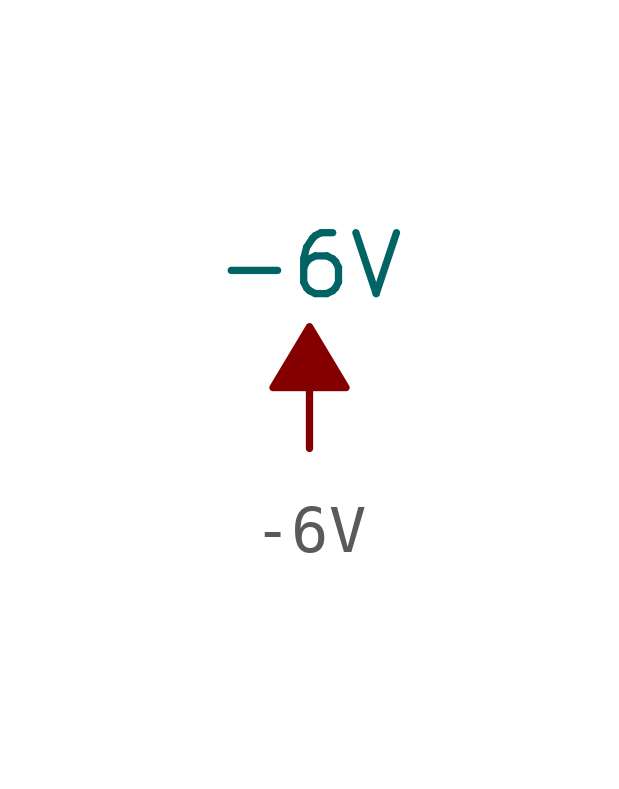
<source format=kicad_sym>
(kicad_symbol_lib
  (version 20220914)
  (generator kicad_symbol_editor)
  (symbol "-6V"
    (power)
    (pin_names
      (offset 0))
    (property "Reference" "#PWR"
      (at 0 2.54 0)
      (effects (font (size 1.27 1.27)) hide))
    (property "Value" "-6V"
      (at 0 3.81 0)
      (effects (font (size 1.27 1.27))))
    (symbol "-6V_0_0"
      (pin power_in line (at 0 0 90) (length 0) hide (name "-6V" (effects (font (size 1.27 1.27)))) (number "1" (effects (font (size 1.27 1.27))))))
    (symbol "-6V_0_1"
      (polyline (pts (xy 0 0) (xy 0 1.27) (xy 0.762 1.27) (xy 0 2.54) (xy -0.762 1.27) (xy 0 1.27)) (stroke (width 0) (type solid)) (fill (type outline))))))
</source>
